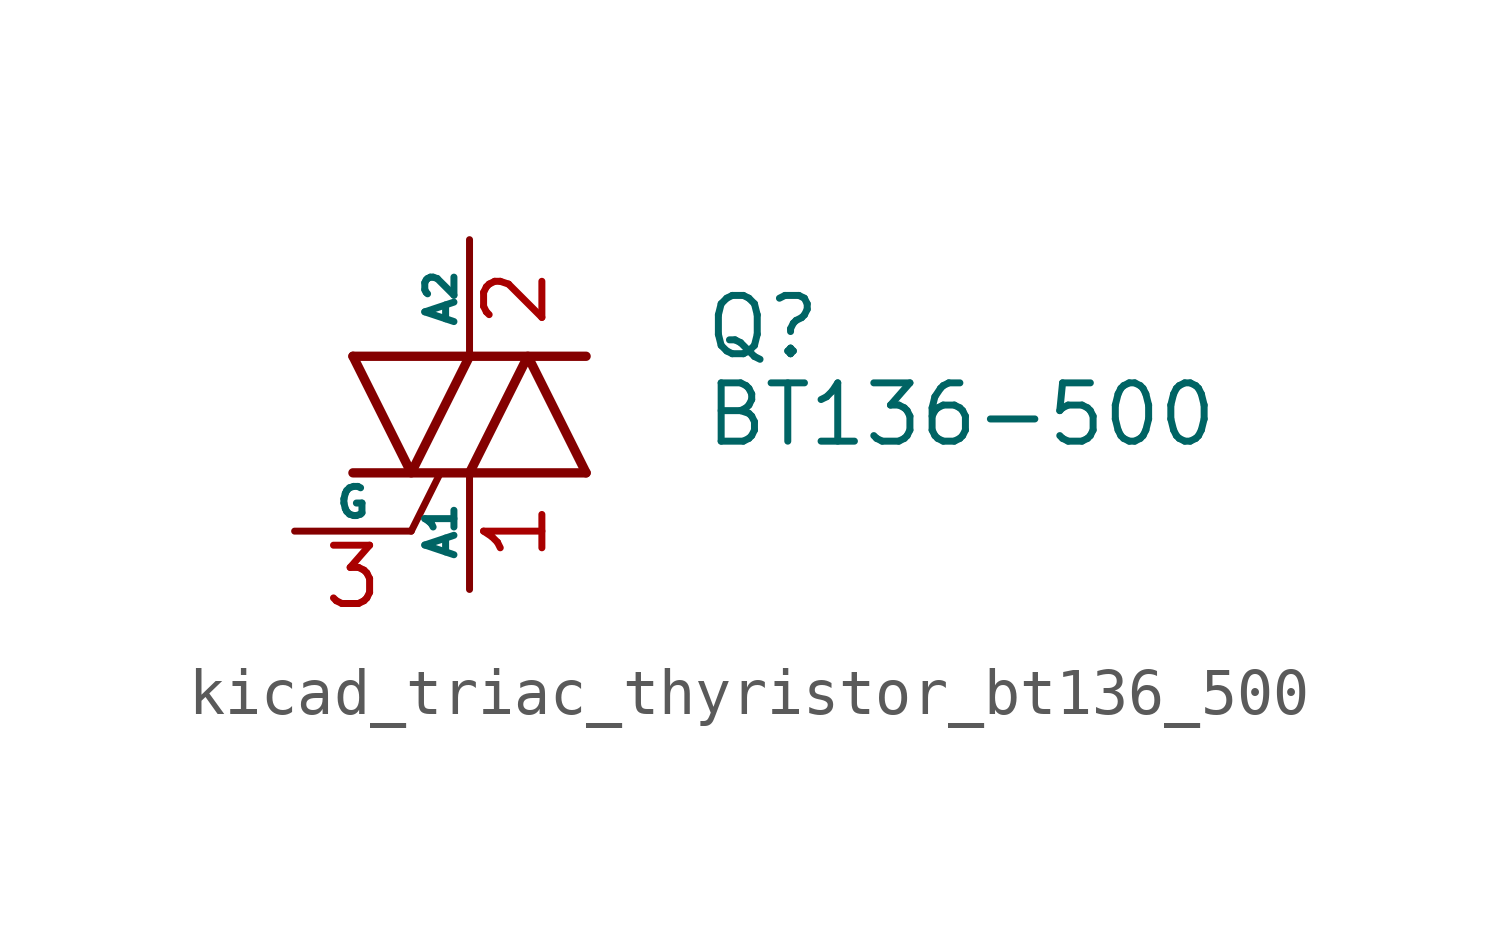
<source format=kicad_sym>
(kicad_symbol_lib
  (version 20220914)
  (generator kicad_symbol_editor)
  (symbol "kicad_triac_thyristor_bt136_500"
    (pin_names
      (offset 0))
    (property "Reference" "Q"
      (at 5.08 1.905 0)
      (effects (font (size 1.27 1.27)) (justify left)))
    (property "Value" "BT136-500"
      (at 5.08 0 0)
      (effects (font (size 1.27 1.27)) (justify left)))
    (symbol "kicad_triac_thyristor_bt136_500_0_1"
      (polyline (pts (xy -2.54 -1.27) (xy 2.54 -1.27)) (stroke (width 0.203) (type default)) (fill (type none)))
      (polyline (pts (xy -2.54 1.27) (xy 2.54 1.27)) (stroke (width 0.203) (type default)) (fill (type none)))
      (polyline (pts (xy -1.27 -2.54) (xy -0.635 -1.27)) (stroke (width 0) (type default)) (fill (type none)))
      (polyline (pts (xy -2.54 1.27) (xy -1.27 -1.27) (xy 0 1.27)) (stroke (width 0.203) (type default)) (fill (type none)))
      (polyline (pts (xy 0 -1.27) (xy 1.27 1.27) (xy 2.54 -1.27)) (stroke (width 0.203) (type default)) (fill (type none))))
    (symbol "kicad_triac_thyristor_bt136_500_1_1"
      (pin passive line (at 0 -3.81 90) (length 2.54) (name "A1" (effects (font (size 0.635 0.635)))) (number "1" (effects (font (size 1.27 1.27)))))
      (pin passive line (at 0 3.81 270) (length 2.54) (name "A2" (effects (font (size 0.635 0.635)))) (number "2" (effects (font (size 1.27 1.27)))))
      (pin input line (at -3.81 -2.54 0) (length 2.54) (name "G" (effects (font (size 0.635 0.635)))) (number "3" (effects (font (size 1.27 1.27))))))))
</source>
